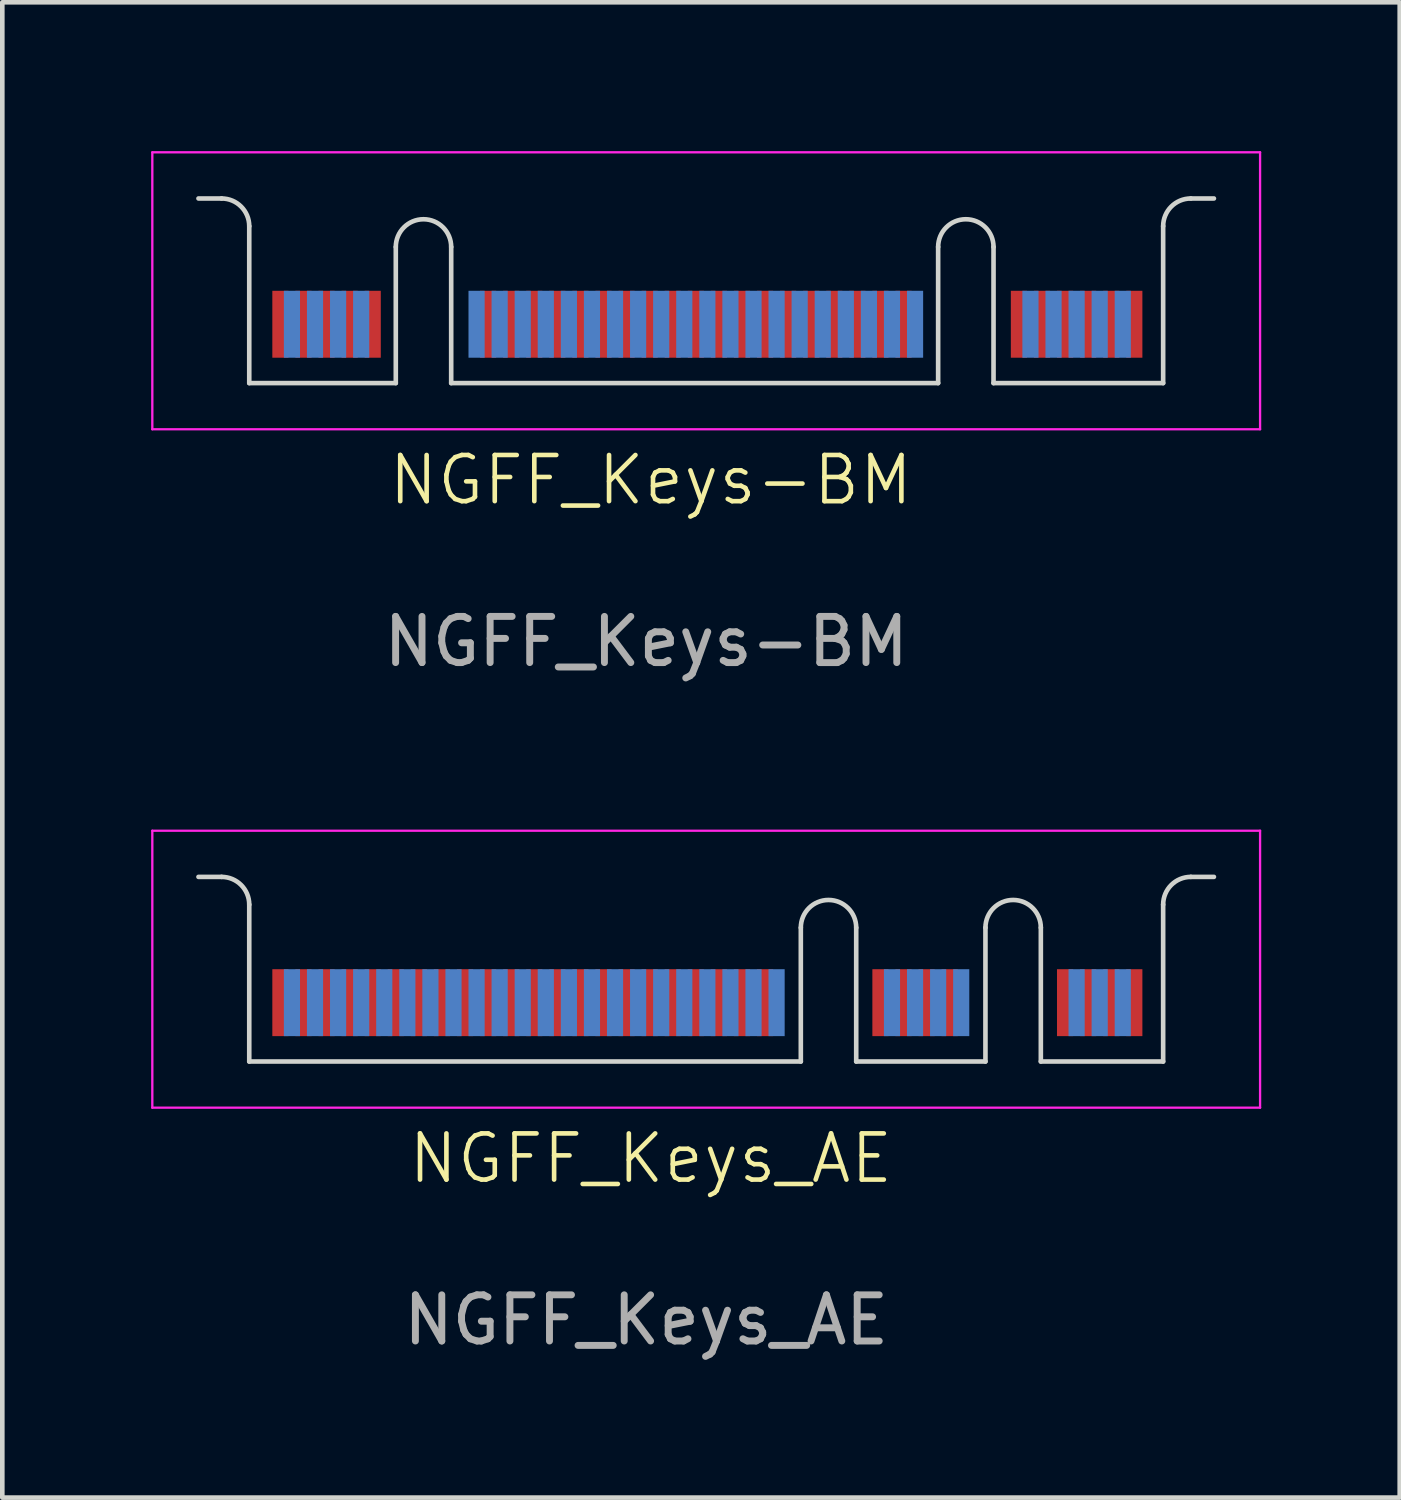
<source format=kicad_pcb>
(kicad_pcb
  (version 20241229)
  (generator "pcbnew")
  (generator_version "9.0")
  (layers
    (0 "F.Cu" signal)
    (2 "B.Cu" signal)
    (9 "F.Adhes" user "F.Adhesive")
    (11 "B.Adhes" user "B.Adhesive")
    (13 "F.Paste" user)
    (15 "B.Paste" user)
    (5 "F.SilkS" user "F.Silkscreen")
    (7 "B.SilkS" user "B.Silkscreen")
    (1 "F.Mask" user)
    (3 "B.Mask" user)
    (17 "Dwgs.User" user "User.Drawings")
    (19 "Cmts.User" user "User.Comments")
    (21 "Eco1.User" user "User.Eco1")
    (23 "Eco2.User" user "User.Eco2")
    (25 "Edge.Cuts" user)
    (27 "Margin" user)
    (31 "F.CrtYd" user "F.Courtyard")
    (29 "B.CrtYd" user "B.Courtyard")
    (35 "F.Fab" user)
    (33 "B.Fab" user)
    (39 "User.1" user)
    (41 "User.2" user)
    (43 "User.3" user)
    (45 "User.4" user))
  (footprint "NGFF_Keys-BM"
    (layer "F.Cu")
    (at 0.25 0.25)
    (property "Reference" "NGFF_Keys-BM" (at 10.8 7.1 0) (unlocked yes) (layer "F.SilkS") (effects (font (size 1 1) (thickness 0.1))))
    (attr smd)
    (fp_line (start 1 1) (end 1.5 1) (stroke (width 0.1) (type default)) (layer "Edge.Cuts"))
    (fp_line (start 2.1 1.6) (end 2.1 5) (stroke (width 0.1) (type default)) (layer "Edge.Cuts"))
    (fp_line (start 2.1 5) (end 5.275 5) (stroke (width 0.1) (type solid)) (layer "Edge.Cuts"))
    (fp_line (start 5.275 5) (end 5.275 2.05) (stroke (width 0.1) (type solid)) (layer "Edge.Cuts"))
    (fp_line (start 6.475 2.05) (end 6.475 5) (stroke (width 0.1) (type solid)) (layer "Edge.Cuts"))
    (fp_line (start 6.475 5) (end 17.025 5) (stroke (width 0.1) (type solid)) (layer "Edge.Cuts"))
    (fp_line (start 17.025 5) (end 17.025 2.05) (stroke (width 0.1) (type solid)) (layer "Edge.Cuts"))
    (fp_line (start 18.225 2.05) (end 18.225 5) (stroke (width 0.1) (type solid)) (layer "Edge.Cuts"))
    (fp_line (start 18.225 5) (end 21.9 5) (stroke (width 0.1) (type solid)) (layer "Edge.Cuts"))
    (fp_line (start 21.9 1.6) (end 21.9 5) (stroke (width 0.1) (type default)) (layer "Edge.Cuts"))
    (fp_line (start 23 1) (end 22.5 1) (stroke (width 0.1) (type default)) (layer "Edge.Cuts"))
    (fp_arc (start 1.5 1) (mid 1.924264 1.175736) (end 2.1 1.6) (stroke (width 0.1) (type default)) (layer "Edge.Cuts"))
    (fp_arc (start 5.275 2.05) (mid 5.875 1.45) (end 6.475 2.05) (stroke (width 0.1) (type solid)) (layer "Edge.Cuts"))
    (fp_arc (start 17.025 2.05) (mid 17.625 1.45) (end 18.225 2.05) (stroke (width 0.1) (type solid)) (layer "Edge.Cuts"))
    (fp_arc (start 21.9 1.6) (mid 22.075736 1.175736) (end 22.5 1) (stroke (width 0.1) (type default)) (layer "Edge.Cuts"))
    (fp_line (start 0 0) (end 0 6) (stroke (width 0.05) (type default)) (layer "F.CrtYd"))
    (fp_line (start 0 6) (end 24 6) (stroke (width 0.05) (type default)) (layer "F.CrtYd"))
    (fp_line (start 24 0) (end 0 0) (stroke (width 0.05) (type default)) (layer "F.CrtYd"))
    (fp_line (start 24 6) (end 24 0) (stroke (width 0.05) (type default)) (layer "F.CrtYd"))
    (fp_text user "${REFERENCE}" (at 10.7 10.6 0) (unlocked yes) (layer "F.Fab") (effects (font (size 1 1) (thickness 0.15))))
    (pad "1" connect rect (at 21.275 3.725) (size 0.35 1.45) (layers "F.Cu" "F.Mask"))
    (pad "2" connect rect (at 21.025 3.725) (size 0.35 1.45) (layers "B.Cu" "B.Mask"))
    (pad "3" connect rect (at 20.775 3.725) (size 0.35 1.45) (layers "F.Cu" "F.Mask"))
    (pad "4" connect rect (at 20.525 3.725) (size 0.35 1.45) (layers "B.Cu" "B.Mask"))
    (pad "5" connect rect (at 20.275 3.725) (size 0.35 1.45) (layers "F.Cu" "F.Mask"))
    (pad "6" connect rect (at 20.025 3.725) (size 0.35 1.45) (layers "B.Cu" "B.Mask"))
    (pad "7" connect rect (at 19.775 3.725) (size 0.35 1.45) (layers "F.Cu" "F.Mask"))
    (pad "8" connect rect (at 19.525 3.725) (size 0.35 1.45) (layers "B.Cu" "B.Mask"))
    (pad "9" connect rect (at 19.275 3.725) (size 0.35 1.45) (layers "F.Cu" "F.Mask"))
    (pad "10" connect rect (at 19.025 3.725) (size 0.35 1.45) (layers "B.Cu" "B.Mask"))
    (pad "11" connect rect (at 18.775 3.725) (size 0.35 1.45) (layers "F.Cu" "F.Mask"))
    (pad "20" connect rect (at 16.525 3.725) (size 0.35 1.45) (layers "B.Cu" "B.Mask"))
    (pad "21" connect rect (at 16.275 3.725) (size 0.35 1.45) (layers "F.Cu" "F.Mask"))
    (pad "22" connect rect (at 16.025 3.725) (size 0.35 1.45) (layers "B.Cu" "B.Mask"))
    (pad "23" connect rect (at 15.775 3.725) (size 0.35 1.45) (layers "F.Cu" "F.Mask"))
    (pad "24" connect rect (at 15.525 3.725) (size 0.35 1.45) (layers "B.Cu" "B.Mask"))
    (pad "25" connect rect (at 15.275 3.725) (size 0.35 1.45) (layers "F.Cu" "F.Mask"))
    (pad "26" connect rect (at 15.025 3.725) (size 0.35 1.45) (layers "B.Cu" "B.Mask"))
    (pad "27" connect rect (at 14.775 3.725) (size 0.35 1.45) (layers "F.Cu" "F.Mask"))
    (pad "28" connect rect (at 14.525 3.725) (size 0.35 1.45) (layers "B.Cu" "B.Mask"))
    (pad "29" connect rect (at 14.275 3.725) (size 0.35 1.45) (layers "F.Cu" "F.Mask"))
    (pad "30" connect rect (at 14.025 3.725) (size 0.35 1.45) (layers "B.Cu" "B.Mask"))
    (pad "31" connect rect (at 13.775 3.725) (size 0.35 1.45) (layers "F.Cu" "F.Mask"))
    (pad "32" connect rect (at 13.525 3.725) (size 0.35 1.45) (layers "B.Cu" "B.Mask"))
    (pad "33" connect rect (at 13.275 3.725) (size 0.35 1.45) (layers "F.Cu" "F.Mask"))
    (pad "34" connect rect (at 13.025 3.725) (size 0.35 1.45) (layers "B.Cu" "B.Mask"))
    (pad "35" connect rect (at 12.775 3.725) (size 0.35 1.45) (layers "F.Cu" "F.Mask"))
    (pad "36" connect rect (at 12.525 3.725) (size 0.35 1.45) (layers "B.Cu" "B.Mask"))
    (pad "37" connect rect (at 12.275 3.725) (size 0.35 1.45) (layers "F.Cu" "F.Mask"))
    (pad "38" connect rect (at 12.025 3.725) (size 0.35 1.45) (layers "B.Cu" "B.Mask"))
    (pad "39" connect rect (at 11.775 3.725) (size 0.35 1.45) (layers "F.Cu" "F.Mask"))
    (pad "40" connect rect (at 11.525 3.725) (size 0.35 1.45) (layers "B.Cu" "B.Mask"))
    (pad "41" connect rect (at 11.275 3.725) (size 0.35 1.45) (layers "F.Cu" "F.Mask"))
    (pad "42" connect rect (at 11.025 3.725) (size 0.35 1.45) (layers "B.Cu" "B.Mask"))
    (pad "43" connect rect (at 10.775 3.725) (size 0.35 1.45) (layers "F.Cu" "F.Mask"))
    (pad "44" connect rect (at 10.525 3.725) (size 0.35 1.45) (layers "B.Cu" "B.Mask"))
    (pad "45" connect rect (at 10.275 3.725) (size 0.35 1.45) (layers "F.Cu" "F.Mask"))
    (pad "46" connect rect (at 10.025 3.725) (size 0.35 1.45) (layers "B.Cu" "B.Mask"))
    (pad "47" connect rect (at 9.775 3.725) (size 0.35 1.45) (layers "F.Cu" "F.Mask"))
    (pad "48" connect rect (at 9.525 3.725) (size 0.35 1.45) (layers "B.Cu" "B.Mask"))
    (pad "49" connect rect (at 9.275 3.725) (size 0.35 1.45) (layers "F.Cu" "F.Mask"))
    (pad "50" connect rect (at 9.025 3.725) (size 0.35 1.45) (layers "B.Cu" "B.Mask"))
    (pad "51" connect rect (at 8.775 3.725) (size 0.35 1.45) (layers "F.Cu" "F.Mask"))
    (pad "52" connect rect (at 8.525 3.725) (size 0.35 1.45) (layers "B.Cu" "B.Mask"))
    (pad "53" connect rect (at 8.275 3.725) (size 0.35 1.45) (layers "F.Cu" "F.Mask"))
    (pad "54" connect rect (at 8.025 3.725) (size 0.35 1.45) (layers "B.Cu" "B.Mask"))
    (pad "55" connect rect (at 7.775 3.725) (size 0.35 1.45) (layers "F.Cu" "F.Mask"))
    (pad "56" connect rect (at 7.525 3.725) (size 0.35 1.45) (layers "B.Cu" "B.Mask"))
    (pad "57" connect rect (at 7.275 3.725) (size 0.35 1.45) (layers "F.Cu" "F.Mask"))
    (pad "58" connect rect (at 7.025 3.725) (size 0.35 1.45) (layers "B.Cu" "B.Mask"))
    (pad "67" connect rect (at 4.775 3.725) (size 0.35 1.45) (layers "F.Cu" "F.Mask"))
    (pad "68" connect rect (at 4.525 3.725) (size 0.35 1.45) (layers "B.Cu" "B.Mask"))
    (pad "69" connect rect (at 4.275 3.725) (size 0.35 1.45) (layers "F.Cu" "F.Mask"))
    (pad "70" connect rect (at 4.025 3.725) (size 0.35 1.45) (layers "B.Cu" "B.Mask"))
    (pad "71" connect rect (at 3.775 3.725) (size 0.35 1.45) (layers "F.Cu" "F.Mask"))
    (pad "72" connect rect (at 3.525 3.725) (size 0.35 1.45) (layers "B.Cu" "B.Mask"))
    (pad "73" connect rect (at 3.275 3.725) (size 0.35 1.45) (layers "F.Cu" "F.Mask"))
    (pad "74" connect rect (at 3.025 3.725) (size 0.35 1.45) (layers "B.Cu" "B.Mask"))
    (pad "75" connect rect (at 2.775 3.725) (size 0.35 1.45) (layers "F.Cu" "F.Mask")))
  (footprint "NGFF_Keys_AE"
    (layer "F.Cu")
    (at 0.25 14.948)
    (property "Reference" "NGFF_Keys_AE" (at 10.8 7.1 0) (unlocked yes) (layer "F.SilkS") (effects (font (size 1 1) (thickness 0.1))))
    (attr smd)
    (fp_line (start 1 1) (end 1.5 1) (stroke (width 0.1) (type default)) (layer "Edge.Cuts"))
    (fp_line (start 2.1 1.6) (end 2.1 5) (stroke (width 0.1) (type default)) (layer "Edge.Cuts"))
    (fp_line (start 2.1 5) (end 14.05 5) (stroke (width 0.1) (type solid)) (layer "Edge.Cuts"))
    (fp_line (start 14.05 5) (end 14.05 2.1) (stroke (width 0.1) (type solid)) (layer "Edge.Cuts"))
    (fp_line (start 15.25 2.1) (end 15.25 5) (stroke (width 0.1) (type solid)) (layer "Edge.Cuts"))
    (fp_line (start 15.25 5) (end 18.05 5) (stroke (width 0.1) (type default)) (layer "Edge.Cuts"))
    (fp_line (start 18.05 5) (end 18.05 2.1) (stroke (width 0.1) (type solid)) (layer "Edge.Cuts"))
    (fp_line (start 19.25 2.1) (end 19.25 5) (stroke (width 0.1) (type solid)) (layer "Edge.Cuts"))
    (fp_line (start 19.25 5) (end 21.9 5) (stroke (width 0.1) (type default)) (layer "Edge.Cuts"))
    (fp_line (start 21.9 1.6) (end 21.9 5) (stroke (width 0.1) (type default)) (layer "Edge.Cuts"))
    (fp_line (start 23 1) (end 22.5 1) (stroke (width 0.1) (type default)) (layer "Edge.Cuts"))
    (fp_arc (start 1.5 1) (mid 1.924264 1.175736) (end 2.1 1.6) (stroke (width 0.1) (type default)) (layer "Edge.Cuts"))
    (fp_arc (start 14.05 2.1) (mid 14.65 1.5) (end 15.25 2.1) (stroke (width 0.1) (type solid)) (layer "Edge.Cuts"))
    (fp_arc (start 18.05 2.1) (mid 18.65 1.5) (end 19.25 2.1) (stroke (width 0.1) (type solid)) (layer "Edge.Cuts"))
    (fp_arc (start 21.9 1.6) (mid 22.075736 1.175736) (end 22.5 1) (stroke (width 0.1) (type default)) (layer "Edge.Cuts"))
    (fp_line (start 0 0) (end 0 6) (stroke (width 0.05) (type default)) (layer "F.CrtYd"))
    (fp_line (start 0 6) (end 24 6) (stroke (width 0.05) (type default)) (layer "F.CrtYd"))
    (fp_line (start 24 0) (end 0 0) (stroke (width 0.05) (type default)) (layer "F.CrtYd"))
    (fp_line (start 24 6) (end 24 0) (stroke (width 0.05) (type default)) (layer "F.CrtYd"))
    (fp_text user "${REFERENCE}" (at 10.7 10.6 0) (unlocked yes) (layer "F.Fab") (effects (font (size 1 1) (thickness 0.15))))
    (pad "1" connect rect (at 21.275 3.725) (size 0.35 1.45) (layers "F.Cu" "F.Mask"))
    (pad "2" connect rect (at 21.025 3.725) (size 0.35 1.45) (layers "B.Cu" "B.Mask"))
    (pad "3" connect rect (at 20.775 3.725) (size 0.35 1.45) (layers "F.Cu" "F.Mask"))
    (pad "4" connect rect (at 20.525 3.725) (size 0.35 1.45) (layers "B.Cu" "B.Mask"))
    (pad "5" connect rect (at 20.275 3.725) (size 0.35 1.45) (layers "F.Cu" "F.Mask"))
    (pad "6" connect rect (at 20.025 3.725) (size 0.35 1.45) (layers "B.Cu" "B.Mask"))
    (pad "7" connect rect (at 19.775 3.725) (size 0.35 1.45) (layers "F.Cu" "F.Mask"))
    (pad "16" connect rect (at 17.525 3.725) (size 0.35 1.45) (layers "B.Cu" "B.Mask"))
    (pad "17" connect rect (at 17.275 3.725) (size 0.35 1.45) (layers "F.Cu" "F.Mask"))
    (pad "18" connect rect (at 17.025 3.725) (size 0.35 1.45) (layers "B.Cu" "B.Mask"))
    (pad "19" connect rect (at 16.775 3.725) (size 0.35 1.45) (layers "F.Cu" "F.Mask"))
    (pad "20" connect rect (at 16.525 3.725) (size 0.35 1.45) (layers "B.Cu" "B.Mask"))
    (pad "21" connect rect (at 16.275 3.725) (size 0.35 1.45) (layers "F.Cu" "F.Mask"))
    (pad "22" connect rect (at 16.025 3.725) (size 0.35 1.45) (layers "B.Cu" "B.Mask"))
    (pad "23" connect rect (at 15.775 3.725) (size 0.35 1.45) (layers "F.Cu" "F.Mask"))
    (pad "32" connect rect (at 13.525 3.725) (size 0.35 1.45) (layers "B.Cu" "B.Mask"))
    (pad "33" connect rect (at 13.275 3.725) (size 0.35 1.45) (layers "F.Cu" "F.Mask"))
    (pad "34" connect rect (at 13.025 3.725) (size 0.35 1.45) (layers "B.Cu" "B.Mask"))
    (pad "35" connect rect (at 12.775 3.725) (size 0.35 1.45) (layers "F.Cu" "F.Mask"))
    (pad "36" connect rect (at 12.525 3.725) (size 0.35 1.45) (layers "B.Cu" "B.Mask"))
    (pad "37" connect rect (at 12.275 3.725) (size 0.35 1.45) (layers "F.Cu" "F.Mask"))
    (pad "38" connect rect (at 12.025 3.725) (size 0.35 1.45) (layers "B.Cu" "B.Mask"))
    (pad "39" connect rect (at 11.775 3.725) (size 0.35 1.45) (layers "F.Cu" "F.Mask"))
    (pad "40" connect rect (at 11.525 3.725) (size 0.35 1.45) (layers "B.Cu" "B.Mask"))
    (pad "41" connect rect (at 11.275 3.725) (size 0.35 1.45) (layers "F.Cu" "F.Mask"))
    (pad "42" connect rect (at 11.025 3.725) (size 0.35 1.45) (layers "B.Cu" "B.Mask"))
    (pad "43" connect rect (at 10.775 3.725) (size 0.35 1.45) (layers "F.Cu" "F.Mask"))
    (pad "44" connect rect (at 10.525 3.725) (size 0.35 1.45) (layers "B.Cu" "B.Mask"))
    (pad "45" connect rect (at 10.275 3.725) (size 0.35 1.45) (layers "F.Cu" "F.Mask"))
    (pad "46" connect rect (at 10.025 3.725) (size 0.35 1.45) (layers "B.Cu" "B.Mask"))
    (pad "47" connect rect (at 9.775 3.725) (size 0.35 1.45) (layers "F.Cu" "F.Mask"))
    (pad "48" connect rect (at 9.525 3.725) (size 0.35 1.45) (layers "B.Cu" "B.Mask"))
    (pad "49" connect rect (at 9.275 3.725) (size 0.35 1.45) (layers "F.Cu" "F.Mask"))
    (pad "50" connect rect (at 9.025 3.725) (size 0.35 1.45) (layers "B.Cu" "B.Mask"))
    (pad "51" connect rect (at 8.775 3.725) (size 0.35 1.45) (layers "F.Cu" "F.Mask"))
    (pad "52" connect rect (at 8.525 3.725) (size 0.35 1.45) (layers "B.Cu" "B.Mask"))
    (pad "53" connect rect (at 8.275 3.725) (size 0.35 1.45) (layers "F.Cu" "F.Mask"))
    (pad "54" connect rect (at 8.025 3.725) (size 0.35 1.45) (layers "B.Cu" "B.Mask"))
    (pad "55" connect rect (at 7.775 3.725) (size 0.35 1.45) (layers "F.Cu" "F.Mask"))
    (pad "56" connect rect (at 7.525 3.725) (size 0.35 1.45) (layers "B.Cu" "B.Mask"))
    (pad "57" connect rect (at 7.275 3.725) (size 0.35 1.45) (layers "F.Cu" "F.Mask"))
    (pad "58" connect rect (at 7.025 3.725) (size 0.35 1.45) (layers "B.Cu" "B.Mask"))
    (pad "59" connect rect (at 6.775 3.725) (size 0.35 1.45) (layers "F.Cu" "F.Mask"))
    (pad "60" connect rect (at 6.525 3.725) (size 0.35 1.45) (layers "B.Cu" "B.Mask"))
    (pad "61" connect rect (at 6.275 3.725) (size 0.35 1.45) (layers "F.Cu" "F.Mask"))
    (pad "62" connect rect (at 6.025 3.725) (size 0.35 1.45) (layers "B.Cu" "B.Mask"))
    (pad "63" connect rect (at 5.775 3.725) (size 0.35 1.45) (layers "F.Cu" "F.Mask"))
    (pad "64" connect rect (at 5.525 3.725) (size 0.35 1.45) (layers "B.Cu" "B.Mask"))
    (pad "65" connect rect (at 5.275 3.725) (size 0.35 1.45) (layers "F.Cu" "F.Mask"))
    (pad "66" connect rect (at 5.025 3.725) (size 0.35 1.45) (layers "B.Cu" "B.Mask"))
    (pad "67" connect rect (at 4.775 3.725) (size 0.35 1.45) (layers "F.Cu" "F.Mask"))
    (pad "68" connect rect (at 4.525 3.725) (size 0.35 1.45) (layers "B.Cu" "B.Mask"))
    (pad "69" connect rect (at 4.275 3.725) (size 0.35 1.45) (layers "F.Cu" "F.Mask"))
    (pad "70" connect rect (at 4.025 3.725) (size 0.35 1.45) (layers "B.Cu" "B.Mask"))
    (pad "71" connect rect (at 3.775 3.725) (size 0.35 1.45) (layers "F.Cu" "F.Mask"))
    (pad "72" connect rect (at 3.525 3.725) (size 0.35 1.45) (layers "B.Cu" "B.Mask"))
    (pad "73" connect rect (at 3.275 3.725) (size 0.35 1.45) (layers "F.Cu" "F.Mask"))
    (pad "74" connect rect (at 3.025 3.725) (size 0.35 1.45) (layers "B.Cu" "B.Mask"))
    (pad "75" connect rect (at 2.775 3.725) (size 0.35 1.45) (layers "F.Cu" "F.Mask")))
  (gr_rect
    (start -3 -3)
    (end 27.275 29.396)
    (stroke (width 0.1) (type default))
    (fill no)
    (layer "Edge.Cuts")))
</source>
